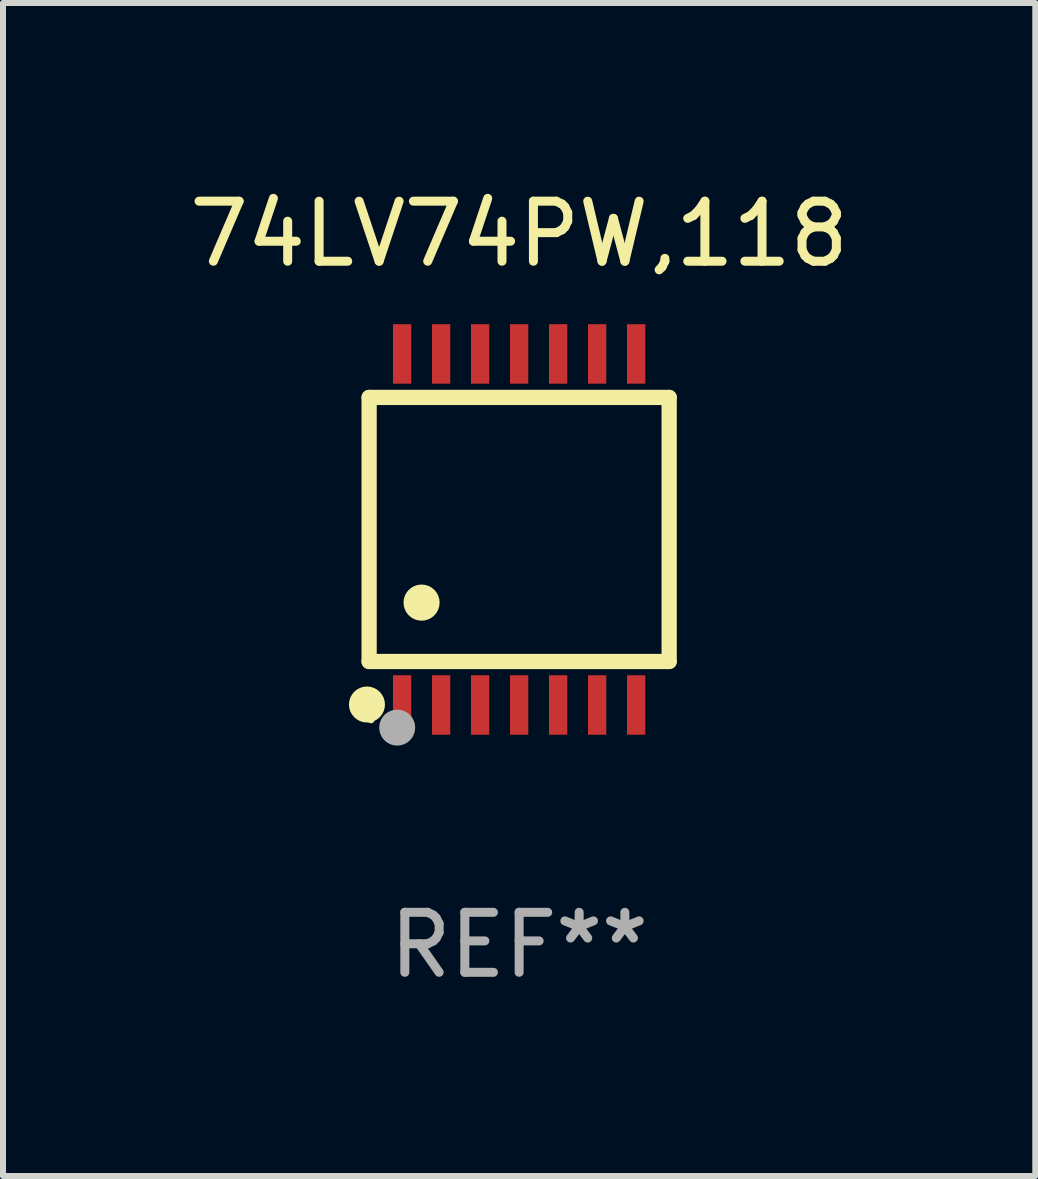
<source format=kicad_pcb>
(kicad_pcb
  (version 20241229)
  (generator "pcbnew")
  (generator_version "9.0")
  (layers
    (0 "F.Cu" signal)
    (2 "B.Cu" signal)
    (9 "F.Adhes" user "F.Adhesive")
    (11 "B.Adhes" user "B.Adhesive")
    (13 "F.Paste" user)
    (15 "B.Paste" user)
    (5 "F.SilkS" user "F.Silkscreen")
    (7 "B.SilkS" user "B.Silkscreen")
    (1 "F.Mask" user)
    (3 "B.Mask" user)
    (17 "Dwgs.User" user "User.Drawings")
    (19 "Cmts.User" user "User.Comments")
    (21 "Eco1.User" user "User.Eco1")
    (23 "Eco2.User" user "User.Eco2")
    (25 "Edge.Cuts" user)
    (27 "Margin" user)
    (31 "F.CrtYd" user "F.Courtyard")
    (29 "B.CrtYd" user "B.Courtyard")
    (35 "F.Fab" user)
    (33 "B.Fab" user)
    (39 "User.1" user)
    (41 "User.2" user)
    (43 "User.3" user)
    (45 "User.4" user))
  (footprint "74LV74PW,118"
    (layer "F.Cu")
    (at 5.601 5.773)
    (property "Reference" "74LV74PW,118" (at 0 -4.925 0) (layer "F.SilkS") (effects (font (size 1 1) (thickness 0.15))))
    (attr through_hole)
    (fp_line (start -2.5 2.2) (end -2.5 -2.2) (stroke (width 0.254) (type solid)) (layer "F.SilkS"))
    (fp_line (start -2.5 2.2) (end 2.5 2.2) (stroke (width 0.254) (type solid)) (layer "F.SilkS"))
    (fp_line (start 2.5 -2.2) (end -2.5 -2.2) (stroke (width 0.254) (type solid)) (layer "F.SilkS"))
    (fp_line (start 2.5 -2.2) (end 2.5 2.2) (stroke (width 0.254) (type solid)) (layer "F.SilkS"))
    (fp_circle (center -2.536 2.917) (end -2.386 2.917) (stroke (width 0.3) (type solid)) (fill no) (layer "F.SilkS"))
    (fp_circle (center -2.47 3.17) (end -2.44 3.17) (stroke (width 0.06) (type solid)) (fill no) (layer "F.SilkS"))
    (fp_circle (center -1.626 1.219) (end -1.475 1.219) (stroke (width 0.3) (type solid)) (fill no) (layer "F.SilkS"))
    (fp_circle (center -2.032 3.302) (end -1.882 3.302) (stroke (width 0.3) (type solid)) (fill no) (layer "F.Fab"))
    (fp_text user "REF**" (at 0 6.925 0) (layer "F.Fab") (effects (font (size 1 1) (thickness 0.15))))
    (pad "1" smd rect (at -1.95 2.925) (size 0.305 0.991) (layers "F.Cu" "F.Mask" "F.Paste"))
    (pad "2" smd rect (at -1.3 2.925) (size 0.305 0.991) (layers "F.Cu" "F.Mask" "F.Paste"))
    (pad "3" smd rect (at -0.65 2.925) (size 0.305 0.991) (layers "F.Cu" "F.Mask" "F.Paste"))
    (pad "4" smd rect (at 0 2.925) (size 0.305 0.991) (layers "F.Cu" "F.Mask" "F.Paste"))
    (pad "5" smd rect (at 0.65 2.925) (size 0.305 0.991) (layers "F.Cu" "F.Mask" "F.Paste"))
    (pad "6" smd rect (at 1.3 2.925) (size 0.305 0.991) (layers "F.Cu" "F.Mask" "F.Paste"))
    (pad "7" smd rect (at 1.95 2.925) (size 0.305 0.991) (layers "F.Cu" "F.Mask" "F.Paste"))
    (pad "8" smd rect (at 1.95 -2.925) (size 0.305 0.991) (layers "F.Cu" "F.Mask" "F.Paste"))
    (pad "9" smd rect (at 1.3 -2.925) (size 0.305 0.991) (layers "F.Cu" "F.Mask" "F.Paste"))
    (pad "10" smd rect (at 0.65 -2.925) (size 0.305 0.991) (layers "F.Cu" "F.Mask" "F.Paste"))
    (pad "11" smd rect (at 0 -2.925) (size 0.305 0.991) (layers "F.Cu" "F.Mask" "F.Paste"))
    (pad "12" smd rect (at -0.65 -2.925) (size 0.305 0.991) (layers "F.Cu" "F.Mask" "F.Paste"))
    (pad "13" smd rect (at -1.3 -2.925) (size 0.305 0.991) (layers "F.Cu" "F.Mask" "F.Paste"))
    (pad "14" smd rect (at -1.95 -2.925) (size 0.305 0.991) (layers "F.Cu" "F.Mask" "F.Paste")))
  (gr_rect
    (start -3 -3)
    (end 14.202 16.547)
    (stroke (width 0.1) (type default))
    (fill no)
    (layer "Edge.Cuts")))
</source>
